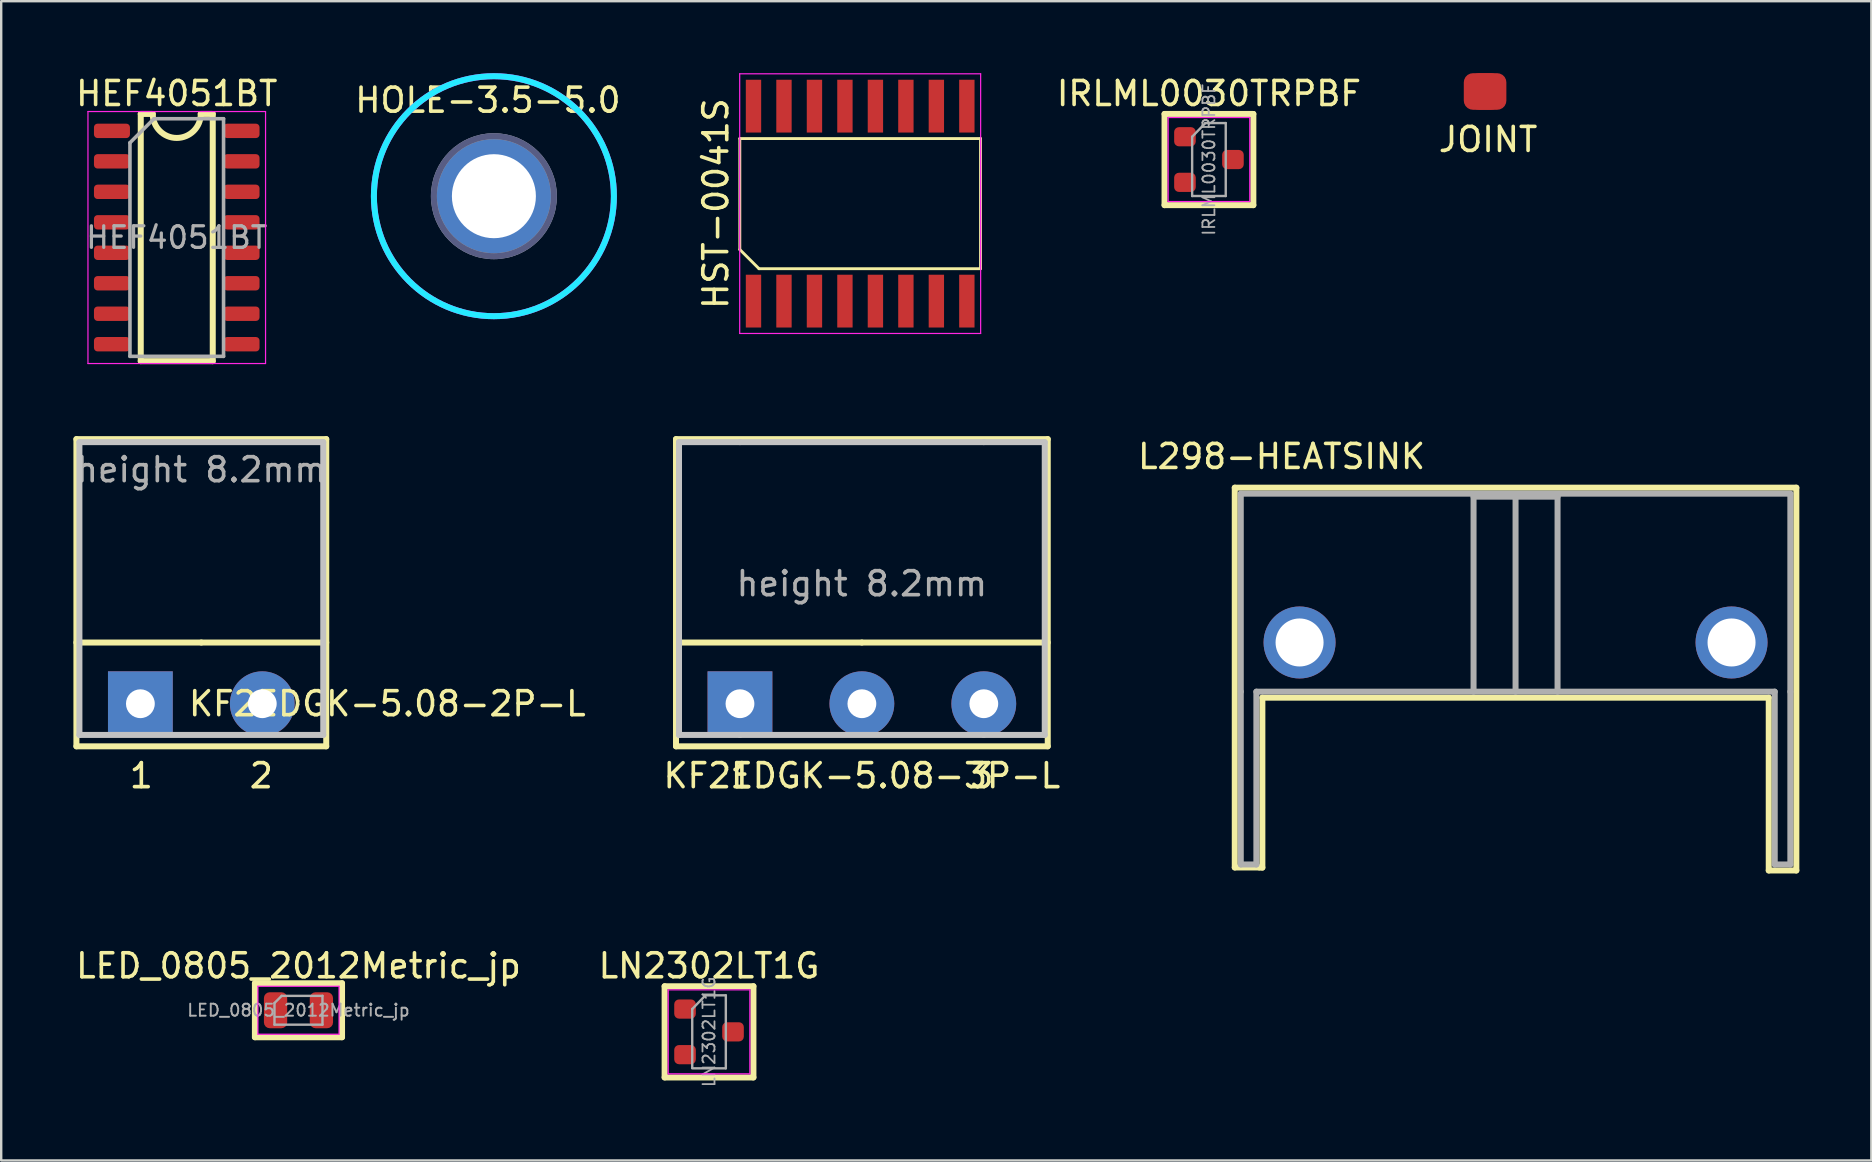
<source format=kicad_pcb>
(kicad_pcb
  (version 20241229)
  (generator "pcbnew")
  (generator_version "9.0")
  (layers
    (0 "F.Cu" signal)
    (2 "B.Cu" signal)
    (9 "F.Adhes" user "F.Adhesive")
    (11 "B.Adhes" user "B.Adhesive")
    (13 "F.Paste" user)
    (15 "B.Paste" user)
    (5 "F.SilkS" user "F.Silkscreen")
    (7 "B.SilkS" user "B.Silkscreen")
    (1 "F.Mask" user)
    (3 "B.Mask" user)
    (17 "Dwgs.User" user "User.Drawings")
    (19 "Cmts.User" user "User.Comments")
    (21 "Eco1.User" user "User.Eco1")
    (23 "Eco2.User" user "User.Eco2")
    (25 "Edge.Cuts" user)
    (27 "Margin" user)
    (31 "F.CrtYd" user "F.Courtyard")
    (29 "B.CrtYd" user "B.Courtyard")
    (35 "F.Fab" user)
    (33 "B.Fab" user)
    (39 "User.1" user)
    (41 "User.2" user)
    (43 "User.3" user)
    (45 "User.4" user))
  (footprint "HOLE-3.5-5.0"
    (layer "F.Cu")
    (at 17.53 5.125)
    (property "Reference" "HOLE-3.5-5.0" (at -0.25 -4 0) (layer "F.SilkS") (effects (font (size 1 1) (thickness 0.15))))
    (attr through_hole)
    (fp_circle (center 0 0) (end 5 0) (stroke (width 0.25) (type solid)) (fill no) (layer "B.CrtYd"))
    (fp_circle (center 0 0) (end 5 0) (stroke (width 0.25) (type solid)) (fill no) (layer "F.CrtYd"))
    (fp_circle (center 0 0) (end 2.5 0) (stroke (width 0.25) (type solid)) (fill no) (layer "B.Fab"))
    (fp_circle (center 0 0) (end 2.5 0) (stroke (width 0.25) (type solid)) (fill no) (layer "F.Fab"))
    (pad "1" thru_hole circle (at 0 0) (size 5 5) (drill 3.5) (layers "*.Cu" "*.Mask")))
  (footprint "L298-HEATSINK"
    (layer "F.Cu")
    (at 60.101 23.721)
    (property "Reference" "L298-HEATSINK" (at -9.75 -7.75 0) (layer "F.SilkS") (effects (font (size 1 1) (thickness 0.15))))
    (attr through_hole)
    (fp_line (start -11.7 -6.45) (end -11.7 9.375) (stroke (width 0.25) (type solid)) (layer "F.SilkS"))
    (fp_line (start -11.7 -6.45) (end 11.7 -6.45) (stroke (width 0.25) (type solid)) (layer "F.SilkS"))
    (fp_line (start -11.7 9.375) (end -10.675 9.375) (stroke (width 0.25) (type solid)) (layer "F.SilkS"))
    (fp_line (start -10.675 9.375) (end -10.55 9.38) (stroke (width 0.25) (type solid)) (layer "F.SilkS"))
    (fp_line (start -10.55 2.3) (end 10.55 2.3) (stroke (width 0.25) (type solid)) (layer "F.SilkS"))
    (fp_line (start -10.55 9.38) (end -10.55 2.3) (stroke (width 0.25) (type solid)) (layer "F.SilkS"))
    (fp_line (start 10.55 9.5) (end 10.55 2.3) (stroke (width 0.25) (type solid)) (layer "F.SilkS"))
    (fp_line (start 11.7 -6.45) (end 11.7 9.5) (stroke (width 0.25) (type solid)) (layer "F.SilkS"))
    (fp_line (start 11.7 9.5) (end 10.55 9.5) (stroke (width 0.25) (type solid)) (layer "F.SilkS"))
    (fp_line (start -11.45 -6.2) (end 11.45 -6.2) (stroke (width 0.25) (type solid)) (layer "F.Fab"))
    (fp_line (start -11.45 2.05) (end -11.45 -6.2) (stroke (width 0.25) (type solid)) (layer "F.Fab"))
    (fp_line (start -11.45 2.05) (end -11.45 9.25) (stroke (width 0.25) (type solid)) (layer "F.Fab"))
    (fp_line (start -10.8 2.05) (end -10.8 9.25) (stroke (width 0.25) (type solid)) (layer "F.Fab"))
    (fp_line (start -10.8 2.05) (end 10.8 2.05) (stroke (width 0.25) (type solid)) (layer "F.Fab"))
    (fp_line (start -10.8 9.25) (end -11.45 9.25) (stroke (width 0.25) (type solid)) (layer "F.Fab"))
    (fp_line (start -1.75 -6.075) (end 0 -6.075) (stroke (width 0.25) (type solid)) (layer "F.Fab"))
    (fp_line (start -1.75 2.05) (end -1.75 -6.075) (stroke (width 0.25) (type solid)) (layer "F.Fab"))
    (fp_line (start 0 -6.075) (end 0 2.05) (stroke (width 0.25) (type solid)) (layer "F.Fab"))
    (fp_line (start 0 -6.075) (end 1.75 -6.075) (stroke (width 0.25) (type solid)) (layer "F.Fab"))
    (fp_line (start 1.75 2.05) (end 1.75 -6.075) (stroke (width 0.25) (type solid)) (layer "F.Fab"))
    (fp_line (start 10.8 2.05) (end 10.8 9.25) (stroke (width 0.25) (type solid)) (layer "F.Fab"))
    (fp_line (start 11.45 2.05) (end 11.45 -6.2) (stroke (width 0.25) (type solid)) (layer "F.Fab"))
    (fp_line (start 11.45 2.05) (end 11.45 9.25) (stroke (width 0.25) (type solid)) (layer "F.Fab"))
    (fp_line (start 11.45 9.25) (end 10.8 9.25) (stroke (width 0.25) (type solid)) (layer "F.Fab"))
    (pad "1" thru_hole circle (at 9 0) (size 3 3) (drill 2) (layers "*.Cu" "*.Mask"))
    (pad "2" thru_hole circle (at -9 0) (size 3 3) (drill 2) (layers "*.Cu" "*.Mask")))
  (footprint "JOINT"
    (layer "F.Cu")
    (at 58.956 0.762)
    (property "Reference" "JOINT" (at 0 2 0) (layer "F.SilkS") (effects (font (size 1 1) (thickness 0.15))))
    (attr through_hole)
    (pad "1" smd roundrect (at -0.25 0) (size 1.524 1.524) (layers "F.Cu" "F.Mask" "F.Paste") (roundrect_rratio 0.25))
    (pad "2" smd roundrect (at 0 0) (size 1.524 1.524) (layers "F.Cu" "F.Mask" "F.Paste") (roundrect_rratio 0.25)))
  (footprint "HST-0041S"
    (layer "F.Cu")
    (at 32.792 5.435)
    (property "Reference" "HST-0041S" (at -6.015 0 90) (layer "F.SilkS") (effects (font (size 1 1) (thickness 0.15))))
    (attr smd)
    (fp_line (start -5.015 -2.712) (end 5.015 -2.712) (stroke (width 0.12) (type solid)) (layer "F.SilkS"))
    (fp_line (start -5.015 1.913) (end -5.015 -2.712) (stroke (width 0.12) (type solid)) (layer "F.SilkS"))
    (fp_line (start -4.215 2.712) (end -5.015 1.913) (stroke (width 0.12) (type solid)) (layer "F.SilkS"))
    (fp_line (start 5.015 -2.712) (end 5.015 2.712) (stroke (width 0.12) (type solid)) (layer "F.SilkS"))
    (fp_line (start 5.015 2.712) (end -4.215 2.712) (stroke (width 0.12) (type solid)) (layer "F.SilkS"))
    (fp_line (start -5.02 -5.41) (end 5.02 -5.41) (stroke (width 0.05) (type solid)) (layer "F.CrtYd"))
    (fp_line (start -5.02 5.41) (end -5.02 -5.41) (stroke (width 0.05) (type solid)) (layer "F.CrtYd"))
    (fp_line (start 5.02 -5.41) (end 5.02 5.41) (stroke (width 0.05) (type solid)) (layer "F.CrtYd"))
    (fp_line (start 5.02 5.41) (end -5.02 5.41) (stroke (width 0.05) (type solid)) (layer "F.CrtYd"))
    (pad "1" smd rect (at -4.445 4.062) (size 0.64 2.2) (layers "F.Cu" "F.Mask" "F.Paste"))
    (pad "2" smd rect (at -3.175 4.062) (size 0.64 2.2) (layers "F.Cu" "F.Mask" "F.Paste"))
    (pad "3" smd rect (at -1.905 4.062) (size 0.64 2.2) (layers "F.Cu" "F.Mask" "F.Paste"))
    (pad "4" smd rect (at -0.635 4.062) (size 0.64 2.2) (layers "F.Cu" "F.Mask" "F.Paste"))
    (pad "5" smd rect (at 0.635 4.062) (size 0.64 2.2) (layers "F.Cu" "F.Mask" "F.Paste"))
    (pad "6" smd rect (at 1.905 4.062) (size 0.64 2.2) (layers "F.Cu" "F.Mask" "F.Paste"))
    (pad "7" smd rect (at 3.175 4.062) (size 0.64 2.2) (layers "F.Cu" "F.Mask" "F.Paste"))
    (pad "8" smd rect (at 4.445 4.062) (size 0.64 2.2) (layers "F.Cu" "F.Mask" "F.Paste"))
    (pad "9" smd rect (at 4.445 -4.062) (size 0.64 2.2) (layers "F.Cu" "F.Mask" "F.Paste"))
    (pad "10" smd rect (at 3.175 -4.062) (size 0.64 2.2) (layers "F.Cu" "F.Mask" "F.Paste"))
    (pad "11" smd rect (at 1.905 -4.062) (size 0.64 2.2) (layers "F.Cu" "F.Mask" "F.Paste"))
    (pad "12" smd rect (at 0.635 -4.062) (size 0.64 2.2) (layers "F.Cu" "F.Mask" "F.Paste"))
    (pad "13" smd rect (at -0.635 -4.062) (size 0.64 2.2) (layers "F.Cu" "F.Mask" "F.Paste"))
    (pad "14" smd rect (at -1.905 -4.062) (size 0.64 2.2) (layers "F.Cu" "F.Mask" "F.Paste"))
    (pad "15" smd rect (at -3.175 -4.062) (size 0.64 2.2) (layers "F.Cu" "F.Mask" "F.Paste"))
    (pad "16" smd rect (at -4.445 -4.062) (size 0.64 2.2) (layers "F.Cu" "F.Mask" "F.Paste")))
  (footprint "LED_0805_2012Metric_jp"
    (layer "F.Cu")
    (at 9.387 39.045)
    (property "Reference" "LED_0805_2012Metric_jp" (at 0 -1.85 0) (layer "F.SilkS") (effects (font (size 1 1) (thickness 0.15))))
    (attr smd)
    (fp_line (start -1.815 -1.125) (end -1.815 1.125) (stroke (width 0.25) (type solid)) (layer "F.SilkS"))
    (fp_line (start -1.815 -1.125) (end 1.815 -1.125) (stroke (width 0.25) (type solid)) (layer "F.SilkS"))
    (fp_line (start -1.815 1.125) (end 1.815 1.125) (stroke (width 0.25) (type solid)) (layer "F.SilkS"))
    (fp_line (start 1.815 -1.125) (end 1.815 1.125) (stroke (width 0.25) (type solid)) (layer "F.SilkS"))
    (fp_line (start -1.69 -1) (end 1.69 -1) (stroke (width 0.05) (type solid)) (layer "F.CrtYd"))
    (fp_line (start -1.69 1) (end -1.69 -1) (stroke (width 0.05) (type solid)) (layer "F.CrtYd"))
    (fp_line (start 1.69 -1) (end 1.69 1) (stroke (width 0.05) (type solid)) (layer "F.CrtYd"))
    (fp_line (start 1.69 1) (end -1.69 1) (stroke (width 0.05) (type solid)) (layer "F.CrtYd"))
    (fp_line (start -1 -0.3) (end -1 0.6) (stroke (width 0.1) (type solid)) (layer "F.Fab"))
    (fp_line (start -1 0.6) (end 1 0.6) (stroke (width 0.1) (type solid)) (layer "F.Fab"))
    (fp_line (start -0.7 -0.6) (end -1 -0.3) (stroke (width 0.1) (type solid)) (layer "F.Fab"))
    (fp_line (start 1 -0.6) (end -0.7 -0.6) (stroke (width 0.1) (type solid)) (layer "F.Fab"))
    (fp_line (start 1 0.6) (end 1 -0.6) (stroke (width 0.1) (type solid)) (layer "F.Fab"))
    (fp_text user "${REFERENCE}" (at 0 0 0) (layer "F.Fab") (effects (font (size 0.5 0.5) (thickness 0.08))))
    (pad "1" smd roundrect (at -0.955 0) (size 0.97 1.5) (layers "F.Cu" "F.Mask" "F.Paste") (roundrect_rratio 0.25))
    (pad "2" smd roundrect (at 0.955 0) (size 0.97 1.5) (layers "F.Cu" "F.Mask" "F.Paste") (roundrect_rratio 0.25)))
  (footprint "HEF4051BT"
    (layer "F.Cu")
    (at 4.315 6.848)
    (property "Reference" "HEF4051BT" (at 0 -6 0) (layer "F.SilkS") (effects (font (size 1 1) (thickness 0.15))))
    (attr smd)
    (fp_line (start -1.5 -5.15) (end -1 -5.15) (stroke (width 0.25) (type solid)) (layer "F.SilkS"))
    (fp_line (start -1.5 5.15) (end -1.5 -5.15) (stroke (width 0.25) (type solid)) (layer "F.SilkS"))
    (fp_line (start 1 -5.15) (end 1.5 -5.15) (stroke (width 0.25) (type solid)) (layer "F.SilkS"))
    (fp_line (start 1.5 -5.15) (end 1.5 5.15) (stroke (width 0.25) (type solid)) (layer "F.SilkS"))
    (fp_line (start 1.5 5.15) (end -1.5 5.15) (stroke (width 0.25) (type solid)) (layer "F.SilkS"))
    (fp_arc (start 1 -5.15) (mid 0 -4.15) (end -1 -5.15) (stroke (width 0.25) (type solid)) (layer "F.SilkS"))
    (fp_line (start -3.7 -5.25) (end -3.7 5.25) (stroke (width 0.05) (type solid)) (layer "F.CrtYd"))
    (fp_line (start -3.7 -5.25) (end 3.7 -5.25) (stroke (width 0.05) (type solid)) (layer "F.CrtYd"))
    (fp_line (start -3.7 5.25) (end 3.7 5.25) (stroke (width 0.05) (type solid)) (layer "F.CrtYd"))
    (fp_line (start 3.7 -5.25) (end 3.7 5.25) (stroke (width 0.05) (type solid)) (layer "F.CrtYd"))
    (fp_line (start -1.95 -3.95) (end -0.95 -4.95) (stroke (width 0.15) (type solid)) (layer "F.Fab"))
    (fp_line (start -1.95 4.95) (end -1.95 -3.95) (stroke (width 0.15) (type solid)) (layer "F.Fab"))
    (fp_line (start -0.95 -4.95) (end 1.95 -4.95) (stroke (width 0.15) (type solid)) (layer "F.Fab"))
    (fp_line (start 1.95 -4.95) (end 1.95 4.95) (stroke (width 0.15) (type solid)) (layer "F.Fab"))
    (fp_line (start 1.95 4.95) (end -1.95 4.95) (stroke (width 0.15) (type solid)) (layer "F.Fab"))
    (fp_text user "${REFERENCE}" (at 0 0 0) (layer "F.Fab") (effects (font (size 0.9 0.9) (thickness 0.135))))
    (pad "1" smd roundrect (at -2.7 -4.445) (size 1.5 0.6) (layers "F.Cu" "F.Mask" "F.Paste") (roundrect_rratio 0.25))
    (pad "2" smd roundrect (at -2.7 -3.175) (size 1.5 0.6) (layers "F.Cu" "F.Mask" "F.Paste") (roundrect_rratio 0.25))
    (pad "3" smd roundrect (at -2.7 -1.905) (size 1.5 0.6) (layers "F.Cu" "F.Mask" "F.Paste") (roundrect_rratio 0.25))
    (pad "4" smd roundrect (at -2.7 -0.635) (size 1.5 0.6) (layers "F.Cu" "F.Mask" "F.Paste") (roundrect_rratio 0.25))
    (pad "5" smd roundrect (at -2.7 0.635) (size 1.5 0.6) (layers "F.Cu" "F.Mask" "F.Paste") (roundrect_rratio 0.25))
    (pad "6" smd roundrect (at -2.7 1.905) (size 1.5 0.6) (layers "F.Cu" "F.Mask" "F.Paste") (roundrect_rratio 0.25))
    (pad "7" smd roundrect (at -2.7 3.175) (size 1.5 0.6) (layers "F.Cu" "F.Mask" "F.Paste") (roundrect_rratio 0.25))
    (pad "8" smd roundrect (at -2.7 4.445) (size 1.5 0.6) (layers "F.Cu" "F.Mask" "F.Paste") (roundrect_rratio 0.25))
    (pad "9" smd roundrect (at 2.7 4.445) (size 1.5 0.6) (layers "F.Cu" "F.Mask" "F.Paste") (roundrect_rratio 0.25))
    (pad "10" smd roundrect (at 2.7 3.175) (size 1.5 0.6) (layers "F.Cu" "F.Mask" "F.Paste") (roundrect_rratio 0.25))
    (pad "11" smd roundrect (at 2.7 1.905) (size 1.5 0.6) (layers "F.Cu" "F.Mask" "F.Paste") (roundrect_rratio 0.25))
    (pad "12" smd roundrect (at 2.7 0.635) (size 1.5 0.6) (layers "F.Cu" "F.Mask" "F.Paste") (roundrect_rratio 0.25))
    (pad "13" smd roundrect (at 2.7 -0.635) (size 1.5 0.6) (layers "F.Cu" "F.Mask" "F.Paste") (roundrect_rratio 0.25))
    (pad "14" smd roundrect (at 2.7 -1.905) (size 1.5 0.6) (layers "F.Cu" "F.Mask" "F.Paste") (roundrect_rratio 0.25))
    (pad "15" smd roundrect (at 2.7 -3.175) (size 1.5 0.6) (layers "F.Cu" "F.Mask" "F.Paste") (roundrect_rratio 0.25))
    (pad "16" smd roundrect (at 2.7 -4.445) (size 1.5 0.6) (layers "F.Cu" "F.Mask" "F.Paste") (roundrect_rratio 0.25)))
  (footprint "KF2EDGK-5.08-3P-L"
    (layer "F.Cu")
    (at 32.863 26.273)
    (property "Reference" "KF2EDGK-5.08-3P-L" (at 0 3 0) (layer "F.SilkS") (effects (font (size 1 1) (thickness 0.15))))
    (attr through_hole)
    (fp_line (start -7.745 -11.025) (end 7.745 -11.025) (stroke (width 0.25) (type solid)) (layer "F.SilkS"))
    (fp_line (start -7.745 1.775) (end -7.745 -11.025) (stroke (width 0.25) (type solid)) (layer "F.SilkS"))
    (fp_line (start 0 -2.55) (end -7.745 -2.55) (stroke (width 0.25) (type solid)) (layer "F.SilkS"))
    (fp_line (start 0 -2.55) (end 7.745 -2.55) (stroke (width 0.25) (type solid)) (layer "F.SilkS"))
    (fp_line (start 7.745 -11.025) (end 7.745 1.775) (stroke (width 0.25) (type solid)) (layer "F.SilkS"))
    (fp_line (start 7.745 1.775) (end -7.745 1.775) (stroke (width 0.25) (type solid)) (layer "F.SilkS"))
    (fp_line (start -7.62 -10.9) (end -5.08 -10.9) (stroke (width 0.25) (type solid)) (layer "Dwgs.User"))
    (fp_line (start -7.62 1.3) (end -7.62 -10.9) (stroke (width 0.25) (type solid)) (layer "Dwgs.User"))
    (fp_line (start -5.08 -10.9) (end 5.08 -10.9) (stroke (width 0.25) (type solid)) (layer "Dwgs.User"))
    (fp_line (start -5.08 1.3) (end -7.62 1.3) (stroke (width 0.25) (type solid)) (layer "Dwgs.User"))
    (fp_line (start -5.08 1.3) (end 5.08 1.3) (stroke (width 0.25) (type solid)) (layer "Dwgs.User"))
    (fp_line (start 5.08 -10.9) (end 7.62 -10.9) (stroke (width 0.25) (type solid)) (layer "Dwgs.User"))
    (fp_line (start 7.62 -10.9) (end 7.62 1.3) (stroke (width 0.25) (type solid)) (layer "Dwgs.User"))
    (fp_line (start 7.62 1.3) (end 5.08 1.3) (stroke (width 0.25) (type solid)) (layer "Dwgs.User"))
    (fp_text user "1" (at -5 3 0) (layer "F.SilkS") (effects (font (size 1 1) (thickness 0.15))))
    (fp_text user "3" (at 5 3 0) (layer "F.SilkS") (effects (font (size 1 1) (thickness 0.15))))
    (fp_text user "height 8.2mm" (at 0 -5 0) (layer "F.Fab") (effects (font (size 1 1) (thickness 0.15))))
    (pad "1" thru_hole rect (at -5.08 0) (size 2.7 2.7) (drill 1.2) (layers "*.Cu" "*.Mask"))
    (pad "2" thru_hole circle (at 0 0) (size 2.7 2.7) (drill 1.2) (layers "*.Cu" "*.Mask"))
    (pad "3" thru_hole circle (at 5.08 0) (size 2.7 2.7) (drill 1.2) (layers "*.Cu" "*.Mask")))
  (footprint "LN2302LT1G"
    (layer "F.Cu")
    (at 26.494 39.945)
    (property "Reference" "LN2302LT1G" (at 0 -2.75 0) (layer "F.SilkS") (effects (font (size 1 1) (thickness 0.15))))
    (attr smd)
    (fp_line (start -1.85 -1.9) (end -1.85 1.9) (stroke (width 0.25) (type solid)) (layer "F.SilkS"))
    (fp_line (start -1.85 -1.9) (end 1.85 -1.9) (stroke (width 0.25) (type solid)) (layer "F.SilkS"))
    (fp_line (start -1.85 1.9) (end 1.85 1.9) (stroke (width 0.25) (type solid)) (layer "F.SilkS"))
    (fp_line (start 1.85 -1.9) (end 1.85 1.9) (stroke (width 0.25) (type solid)) (layer "F.SilkS"))
    (fp_line (start -1.7 -1.75) (end 1.7 -1.75) (stroke (width 0.05) (type solid)) (layer "F.CrtYd"))
    (fp_line (start -1.7 1.75) (end -1.7 -1.75) (stroke (width 0.05) (type solid)) (layer "F.CrtYd"))
    (fp_line (start 1.7 -1.75) (end 1.7 1.75) (stroke (width 0.05) (type solid)) (layer "F.CrtYd"))
    (fp_line (start 1.7 1.75) (end -1.7 1.75) (stroke (width 0.05) (type solid)) (layer "F.CrtYd"))
    (fp_line (start -0.7 -0.95) (end -0.7 1.5) (stroke (width 0.1) (type solid)) (layer "F.Fab"))
    (fp_line (start -0.7 -0.95) (end -0.15 -1.52) (stroke (width 0.1) (type solid)) (layer "F.Fab"))
    (fp_line (start -0.7 1.52) (end 0.7 1.52) (stroke (width 0.1) (type solid)) (layer "F.Fab"))
    (fp_line (start -0.15 -1.52) (end 0.7 -1.52) (stroke (width 0.1) (type solid)) (layer "F.Fab"))
    (fp_line (start 0.7 -1.52) (end 0.7 1.52) (stroke (width 0.1) (type solid)) (layer "F.Fab"))
    (fp_text user "${REFERENCE}" (at 0 0 90) (layer "F.Fab") (effects (font (size 0.5 0.5) (thickness 0.075))))
    (pad "1" smd roundrect (at -1 -0.95) (size 0.9 0.8) (layers "F.Cu" "F.Mask" "F.Paste") (roundrect_rratio 0.25))
    (pad "2" smd roundrect (at -1 0.95) (size 0.9 0.8) (layers "F.Cu" "F.Mask" "F.Paste") (roundrect_rratio 0.25))
    (pad "3" smd roundrect (at 1 0) (size 0.9 0.8) (layers "F.Cu" "F.Mask" "F.Paste") (roundrect_rratio 0.25)))
  (footprint "IRLML0030TRPBF"
    (layer "F.Cu")
    (at 47.325 3.598)
    (property "Reference" "IRLML0030TRPBF" (at 0 -2.75 0) (layer "F.SilkS") (effects (font (size 1 1) (thickness 0.15))))
    (attr smd)
    (fp_line (start -1.85 -1.9) (end -1.85 1.9) (stroke (width 0.25) (type solid)) (layer "F.SilkS"))
    (fp_line (start -1.85 1.9) (end 1.85 1.9) (stroke (width 0.25) (type solid)) (layer "F.SilkS"))
    (fp_line (start 1.85 -1.9) (end -1.85 -1.9) (stroke (width 0.25) (type solid)) (layer "F.SilkS"))
    (fp_line (start 1.85 1.9) (end 1.85 -1.9) (stroke (width 0.25) (type solid)) (layer "F.SilkS"))
    (fp_line (start -1.7 -1.75) (end 1.7 -1.75) (stroke (width 0.05) (type solid)) (layer "F.CrtYd"))
    (fp_line (start -1.7 1.75) (end -1.7 -1.75) (stroke (width 0.05) (type solid)) (layer "F.CrtYd"))
    (fp_line (start 1.7 -1.75) (end 1.7 1.75) (stroke (width 0.05) (type solid)) (layer "F.CrtYd"))
    (fp_line (start 1.7 1.75) (end -1.7 1.75) (stroke (width 0.05) (type solid)) (layer "F.CrtYd"))
    (fp_line (start -0.7 -0.95) (end -0.7 1.52) (stroke (width 0.1) (type solid)) (layer "F.Fab"))
    (fp_line (start -0.7 -0.95) (end -0.15 -1.52) (stroke (width 0.1) (type solid)) (layer "F.Fab"))
    (fp_line (start -0.7 1.52) (end 0.7 1.52) (stroke (width 0.1) (type solid)) (layer "F.Fab"))
    (fp_line (start -0.15 -1.52) (end 0.7 -1.52) (stroke (width 0.1) (type solid)) (layer "F.Fab"))
    (fp_line (start 0.7 -1.52) (end 0.7 1.52) (stroke (width 0.1) (type solid)) (layer "F.Fab"))
    (fp_text user "${REFERENCE}" (at 0 0 90) (layer "F.Fab") (effects (font (size 0.5 0.5) (thickness 0.075))))
    (pad "1" smd roundrect (at -1 -0.95) (size 0.9 0.8) (layers "F.Cu" "F.Mask" "F.Paste") (roundrect_rratio 0.25))
    (pad "2" smd roundrect (at -1 0.95) (size 0.9 0.8) (layers "F.Cu" "F.Mask" "F.Paste") (roundrect_rratio 0.25))
    (pad "3" smd roundrect (at 1 0) (size 0.9 0.8) (layers "F.Cu" "F.Mask" "F.Paste") (roundrect_rratio 0.25)))
  (footprint "KF2EDGK-5.08-2P-L"
    (layer "F.Cu")
    (at 5.339 26.273)
    (property "Reference" "KF2EDGK-5.08-2P-L" (at 7.75 0 0) (layer "F.SilkS") (effects (font (size 1 1) (thickness 0.15))))
    (attr through_hole)
    (fp_line (start -5.205 -11.025) (end 5.205 -11.025) (stroke (width 0.25) (type solid)) (layer "F.SilkS"))
    (fp_line (start -5.205 1.775) (end -5.205 -11.025) (stroke (width 0.25) (type solid)) (layer "F.SilkS"))
    (fp_line (start 0 -2.55) (end -5.205 -2.55) (stroke (width 0.25) (type solid)) (layer "F.SilkS"))
    (fp_line (start 0 -2.55) (end 5.205 -2.55) (stroke (width 0.25) (type solid)) (layer "F.SilkS"))
    (fp_line (start 5.205 -11.025) (end 5.205 1.775) (stroke (width 0.25) (type solid)) (layer "F.SilkS"))
    (fp_line (start 5.205 1.775) (end -5.205 1.775) (stroke (width 0.25) (type solid)) (layer "F.SilkS"))
    (fp_line (start -5.08 -10.9) (end 5.08 -10.9) (stroke (width 0.25) (type solid)) (layer "Dwgs.User"))
    (fp_line (start -5.08 1.3) (end -5.08 -10.9) (stroke (width 0.25) (type solid)) (layer "Dwgs.User"))
    (fp_line (start -5.08 1.3) (end 5.08 1.3) (stroke (width 0.25) (type solid)) (layer "Dwgs.User"))
    (fp_line (start 5.08 -10.9) (end 5.08 1.3) (stroke (width 0.25) (type solid)) (layer "Dwgs.User"))
    (fp_text user "1" (at -2.5 3 0) (layer "F.SilkS") (effects (font (size 1 1) (thickness 0.15))))
    (fp_text user "2" (at 2.5 3 0) (layer "F.SilkS") (effects (font (size 1 1) (thickness 0.15))))
    (fp_text user "height 8.2mm" (at 0 -9.75 0) (layer "F.Fab") (effects (font (size 1 1) (thickness 0.15))))
    (pad "1" thru_hole rect (at -2.54 0) (size 2.7 2.7) (drill 1.2) (layers "*.Cu" "*.Mask"))
    (pad "2" thru_hole circle (at 2.54 0) (size 2.7 2.7) (drill 1.2) (layers "*.Cu" "*.Mask")))
  (gr_rect
    (start -3 -3)
    (end 74.926 45.305)
    (stroke (width 0.1) (type default))
    (fill no)
    (layer "Edge.Cuts")))
</source>
